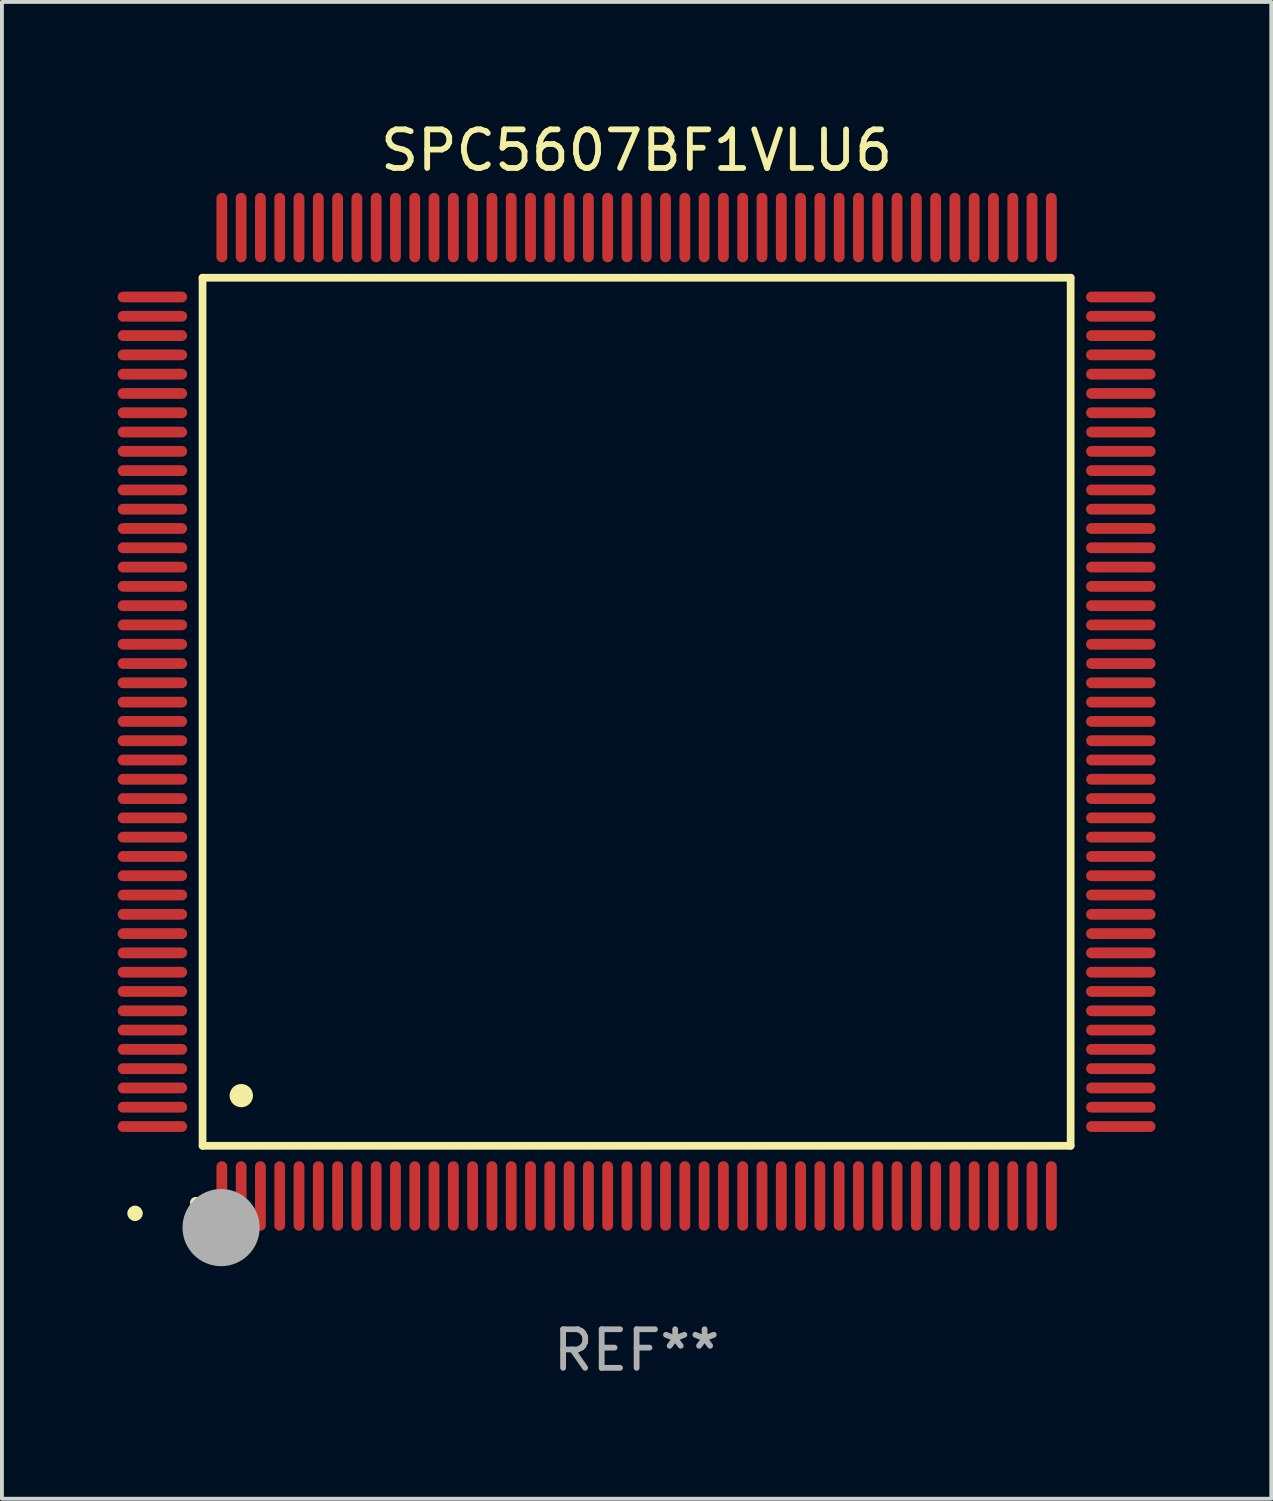
<source format=kicad_pcb>
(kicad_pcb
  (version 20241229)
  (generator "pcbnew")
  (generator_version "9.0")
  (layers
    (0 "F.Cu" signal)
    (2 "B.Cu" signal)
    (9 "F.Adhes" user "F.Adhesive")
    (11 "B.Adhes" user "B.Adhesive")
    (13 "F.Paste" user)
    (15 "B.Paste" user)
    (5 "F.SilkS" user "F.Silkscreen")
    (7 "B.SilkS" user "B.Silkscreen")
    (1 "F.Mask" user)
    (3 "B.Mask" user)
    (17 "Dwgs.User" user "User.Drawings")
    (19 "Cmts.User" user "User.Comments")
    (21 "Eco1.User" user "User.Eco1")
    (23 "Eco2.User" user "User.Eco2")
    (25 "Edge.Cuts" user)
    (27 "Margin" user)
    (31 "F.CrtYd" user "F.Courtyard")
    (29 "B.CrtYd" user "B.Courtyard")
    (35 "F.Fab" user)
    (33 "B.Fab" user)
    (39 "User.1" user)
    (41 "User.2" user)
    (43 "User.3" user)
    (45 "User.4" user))
  (footprint "SPC5607BF1VLU6"
    (layer "F.Cu")
    (at 13.45 15.398)
    (property "Reference" "SPC5607BF1VLU6" (at 0 -14.55 0) (layer "F.SilkS") (effects (font (size 1 1) (thickness 0.15))))
    (attr through_hole)
    (fp_line (start -11.25 -11.25) (end 11.25 -11.25) (stroke (width 0.2) (type solid)) (layer "F.SilkS"))
    (fp_line (start -11.25 11.25) (end -11.25 -11.25) (stroke (width 0.2) (type solid)) (layer "F.SilkS"))
    (fp_line (start 11.25 -11.25) (end 11.25 11.25) (stroke (width 0.2) (type solid)) (layer "F.SilkS"))
    (fp_line (start 11.25 11.25) (end -11.25 11.25) (stroke (width 0.2) (type solid)) (layer "F.SilkS"))
    (fp_arc (start -11.424943 12.725425) (mid -11.423673 12.72542) (end -11.422403 12.725425) (stroke (width 0.3) (type solid)) (layer "F.SilkS"))
    (fp_arc (start -10.24892 9.9492) (mid -10.24638 9.949189) (end -10.24384 9.9492) (stroke (width 0.6) (type solid)) (layer "F.SilkS"))
    (fp_circle (center -13 13) (end -12.9 13) (stroke (width 0.2) (type solid)) (fill no) (layer "F.SilkS"))
    (fp_circle (center -10.77 13.37) (end -10.27 13.37) (stroke (width 1) (type solid)) (fill no) (layer "F.Fab"))
    (fp_text user "REF**" (at 0 16.55 0) (layer "F.Fab") (effects (font (size 1 1) (thickness 0.15))))
    (pad "1" smd oval (at -10.75 12.55) (size 0.28 1.8) (layers "F.Cu" "F.Mask" "F.Paste"))
    (pad "2" smd oval (at -10.25 12.55) (size 0.28 1.8) (layers "F.Cu" "F.Mask" "F.Paste"))
    (pad "3" smd oval (at -9.75 12.55) (size 0.28 1.8) (layers "F.Cu" "F.Mask" "F.Paste"))
    (pad "4" smd oval (at -9.25 12.55) (size 0.28 1.8) (layers "F.Cu" "F.Mask" "F.Paste"))
    (pad "5" smd oval (at -8.75 12.55) (size 0.28 1.8) (layers "F.Cu" "F.Mask" "F.Paste"))
    (pad "6" smd oval (at -8.25 12.55) (size 0.28 1.8) (layers "F.Cu" "F.Mask" "F.Paste"))
    (pad "7" smd oval (at -7.75 12.55) (size 0.28 1.8) (layers "F.Cu" "F.Mask" "F.Paste"))
    (pad "8" smd oval (at -7.25 12.55) (size 0.28 1.8) (layers "F.Cu" "F.Mask" "F.Paste"))
    (pad "9" smd oval (at -6.75 12.55) (size 0.28 1.8) (layers "F.Cu" "F.Mask" "F.Paste"))
    (pad "10" smd oval (at -6.25 12.55) (size 0.28 1.8) (layers "F.Cu" "F.Mask" "F.Paste"))
    (pad "11" smd oval (at -5.75 12.55) (size 0.28 1.8) (layers "F.Cu" "F.Mask" "F.Paste"))
    (pad "12" smd oval (at -5.25 12.55) (size 0.28 1.8) (layers "F.Cu" "F.Mask" "F.Paste"))
    (pad "13" smd oval (at -4.75 12.55) (size 0.28 1.8) (layers "F.Cu" "F.Mask" "F.Paste"))
    (pad "14" smd oval (at -4.25 12.55) (size 0.28 1.8) (layers "F.Cu" "F.Mask" "F.Paste"))
    (pad "15" smd oval (at -3.75 12.55) (size 0.28 1.8) (layers "F.Cu" "F.Mask" "F.Paste"))
    (pad "16" smd oval (at -3.25 12.55) (size 0.28 1.8) (layers "F.Cu" "F.Mask" "F.Paste"))
    (pad "17" smd oval (at -2.75 12.55) (size 0.28 1.8) (layers "F.Cu" "F.Mask" "F.Paste"))
    (pad "18" smd oval (at -2.25 12.55) (size 0.28 1.8) (layers "F.Cu" "F.Mask" "F.Paste"))
    (pad "19" smd oval (at -1.75 12.55) (size 0.28 1.8) (layers "F.Cu" "F.Mask" "F.Paste"))
    (pad "20" smd oval (at -1.25 12.55) (size 0.28 1.8) (layers "F.Cu" "F.Mask" "F.Paste"))
    (pad "21" smd oval (at -0.75 12.55) (size 0.28 1.8) (layers "F.Cu" "F.Mask" "F.Paste"))
    (pad "22" smd oval (at -0.25 12.55) (size 0.28 1.8) (layers "F.Cu" "F.Mask" "F.Paste"))
    (pad "23" smd oval (at 0.25 12.55) (size 0.28 1.8) (layers "F.Cu" "F.Mask" "F.Paste"))
    (pad "24" smd oval (at 0.75 12.55) (size 0.28 1.8) (layers "F.Cu" "F.Mask" "F.Paste"))
    (pad "25" smd oval (at 1.25 12.55) (size 0.28 1.8) (layers "F.Cu" "F.Mask" "F.Paste"))
    (pad "26" smd oval (at 1.75 12.55) (size 0.28 1.8) (layers "F.Cu" "F.Mask" "F.Paste"))
    (pad "27" smd oval (at 2.25 12.55) (size 0.28 1.8) (layers "F.Cu" "F.Mask" "F.Paste"))
    (pad "28" smd oval (at 2.75 12.55) (size 0.28 1.8) (layers "F.Cu" "F.Mask" "F.Paste"))
    (pad "29" smd oval (at 3.25 12.55) (size 0.28 1.8) (layers "F.Cu" "F.Mask" "F.Paste"))
    (pad "30" smd oval (at 3.75 12.55) (size 0.28 1.8) (layers "F.Cu" "F.Mask" "F.Paste"))
    (pad "31" smd oval (at 4.25 12.55) (size 0.28 1.8) (layers "F.Cu" "F.Mask" "F.Paste"))
    (pad "32" smd oval (at 4.75 12.55) (size 0.28 1.8) (layers "F.Cu" "F.Mask" "F.Paste"))
    (pad "33" smd oval (at 5.25 12.55) (size 0.28 1.8) (layers "F.Cu" "F.Mask" "F.Paste"))
    (pad "34" smd oval (at 5.75 12.55) (size 0.28 1.8) (layers "F.Cu" "F.Mask" "F.Paste"))
    (pad "35" smd oval (at 6.25 12.55) (size 0.28 1.8) (layers "F.Cu" "F.Mask" "F.Paste"))
    (pad "36" smd oval (at 6.75 12.55) (size 0.28 1.8) (layers "F.Cu" "F.Mask" "F.Paste"))
    (pad "37" smd oval (at 7.25 12.55) (size 0.28 1.8) (layers "F.Cu" "F.Mask" "F.Paste"))
    (pad "38" smd oval (at 7.75 12.55) (size 0.28 1.8) (layers "F.Cu" "F.Mask" "F.Paste"))
    (pad "39" smd oval (at 8.25 12.55) (size 0.28 1.8) (layers "F.Cu" "F.Mask" "F.Paste"))
    (pad "40" smd oval (at 8.75 12.55) (size 0.28 1.8) (layers "F.Cu" "F.Mask" "F.Paste"))
    (pad "41" smd oval (at 9.25 12.55) (size 0.28 1.8) (layers "F.Cu" "F.Mask" "F.Paste"))
    (pad "42" smd oval (at 9.75 12.55) (size 0.28 1.8) (layers "F.Cu" "F.Mask" "F.Paste"))
    (pad "43" smd oval (at 10.25 12.55) (size 0.28 1.8) (layers "F.Cu" "F.Mask" "F.Paste"))
    (pad "44" smd oval (at 10.75 12.55) (size 0.28 1.8) (layers "F.Cu" "F.Mask" "F.Paste"))
    (pad "45" smd oval (at 12.55 10.75) (size 1.8 0.28) (layers "F.Cu" "F.Mask" "F.Paste"))
    (pad "46" smd oval (at 12.55 10.25) (size 1.8 0.28) (layers "F.Cu" "F.Mask" "F.Paste"))
    (pad "47" smd oval (at 12.55 9.75) (size 1.8 0.28) (layers "F.Cu" "F.Mask" "F.Paste"))
    (pad "48" smd oval (at 12.55 9.25) (size 1.8 0.28) (layers "F.Cu" "F.Mask" "F.Paste"))
    (pad "49" smd oval (at 12.55 8.75) (size 1.8 0.28) (layers "F.Cu" "F.Mask" "F.Paste"))
    (pad "50" smd oval (at 12.55 8.25) (size 1.8 0.28) (layers "F.Cu" "F.Mask" "F.Paste"))
    (pad "51" smd oval (at 12.55 7.75) (size 1.8 0.28) (layers "F.Cu" "F.Mask" "F.Paste"))
    (pad "52" smd oval (at 12.55 7.25) (size 1.8 0.28) (layers "F.Cu" "F.Mask" "F.Paste"))
    (pad "53" smd oval (at 12.55 6.75) (size 1.8 0.28) (layers "F.Cu" "F.Mask" "F.Paste"))
    (pad "54" smd oval (at 12.55 6.25) (size 1.8 0.28) (layers "F.Cu" "F.Mask" "F.Paste"))
    (pad "55" smd oval (at 12.55 5.75) (size 1.8 0.28) (layers "F.Cu" "F.Mask" "F.Paste"))
    (pad "56" smd oval (at 12.55 5.25) (size 1.8 0.28) (layers "F.Cu" "F.Mask" "F.Paste"))
    (pad "57" smd oval (at 12.55 4.75) (size 1.8 0.28) (layers "F.Cu" "F.Mask" "F.Paste"))
    (pad "58" smd oval (at 12.55 4.25) (size 1.8 0.28) (layers "F.Cu" "F.Mask" "F.Paste"))
    (pad "59" smd oval (at 12.55 3.75) (size 1.8 0.28) (layers "F.Cu" "F.Mask" "F.Paste"))
    (pad "60" smd oval (at 12.55 3.25) (size 1.8 0.28) (layers "F.Cu" "F.Mask" "F.Paste"))
    (pad "61" smd oval (at 12.55 2.75) (size 1.8 0.28) (layers "F.Cu" "F.Mask" "F.Paste"))
    (pad "62" smd oval (at 12.55 2.25) (size 1.8 0.28) (layers "F.Cu" "F.Mask" "F.Paste"))
    (pad "63" smd oval (at 12.55 1.75) (size 1.8 0.28) (layers "F.Cu" "F.Mask" "F.Paste"))
    (pad "64" smd oval (at 12.55 1.25) (size 1.8 0.28) (layers "F.Cu" "F.Mask" "F.Paste"))
    (pad "65" smd oval (at 12.55 0.75) (size 1.8 0.28) (layers "F.Cu" "F.Mask" "F.Paste"))
    (pad "66" smd oval (at 12.55 0.25) (size 1.8 0.28) (layers "F.Cu" "F.Mask" "F.Paste"))
    (pad "67" smd oval (at 12.55 -0.25) (size 1.8 0.28) (layers "F.Cu" "F.Mask" "F.Paste"))
    (pad "68" smd oval (at 12.55 -0.75) (size 1.8 0.28) (layers "F.Cu" "F.Mask" "F.Paste"))
    (pad "69" smd oval (at 12.55 -1.25) (size 1.8 0.28) (layers "F.Cu" "F.Mask" "F.Paste"))
    (pad "70" smd oval (at 12.55 -1.75) (size 1.8 0.28) (layers "F.Cu" "F.Mask" "F.Paste"))
    (pad "71" smd oval (at 12.55 -2.25) (size 1.8 0.28) (layers "F.Cu" "F.Mask" "F.Paste"))
    (pad "72" smd oval (at 12.55 -2.75) (size 1.8 0.28) (layers "F.Cu" "F.Mask" "F.Paste"))
    (pad "73" smd oval (at 12.55 -3.25) (size 1.8 0.28) (layers "F.Cu" "F.Mask" "F.Paste"))
    (pad "74" smd oval (at 12.55 -3.75) (size 1.8 0.28) (layers "F.Cu" "F.Mask" "F.Paste"))
    (pad "75" smd oval (at 12.55 -4.25) (size 1.8 0.28) (layers "F.Cu" "F.Mask" "F.Paste"))
    (pad "76" smd oval (at 12.55 -4.75) (size 1.8 0.28) (layers "F.Cu" "F.Mask" "F.Paste"))
    (pad "77" smd oval (at 12.55 -5.25) (size 1.8 0.28) (layers "F.Cu" "F.Mask" "F.Paste"))
    (pad "78" smd oval (at 12.55 -5.75) (size 1.8 0.28) (layers "F.Cu" "F.Mask" "F.Paste"))
    (pad "79" smd oval (at 12.55 -6.25) (size 1.8 0.28) (layers "F.Cu" "F.Mask" "F.Paste"))
    (pad "80" smd oval (at 12.55 -6.75) (size 1.8 0.28) (layers "F.Cu" "F.Mask" "F.Paste"))
    (pad "81" smd oval (at 12.55 -7.25) (size 1.8 0.28) (layers "F.Cu" "F.Mask" "F.Paste"))
    (pad "82" smd oval (at 12.55 -7.75) (size 1.8 0.28) (layers "F.Cu" "F.Mask" "F.Paste"))
    (pad "83" smd oval (at 12.55 -8.25) (size 1.8 0.28) (layers "F.Cu" "F.Mask" "F.Paste"))
    (pad "84" smd oval (at 12.55 -8.75) (size 1.8 0.28) (layers "F.Cu" "F.Mask" "F.Paste"))
    (pad "85" smd oval (at 12.55 -9.25) (size 1.8 0.28) (layers "F.Cu" "F.Mask" "F.Paste"))
    (pad "86" smd oval (at 12.55 -9.75) (size 1.8 0.28) (layers "F.Cu" "F.Mask" "F.Paste"))
    (pad "87" smd oval (at 12.55 -10.25) (size 1.8 0.28) (layers "F.Cu" "F.Mask" "F.Paste"))
    (pad "88" smd oval (at 12.55 -10.75) (size 1.8 0.28) (layers "F.Cu" "F.Mask" "F.Paste"))
    (pad "89" smd oval (at 10.75 -12.55) (size 0.28 1.8) (layers "F.Cu" "F.Mask" "F.Paste"))
    (pad "90" smd oval (at 10.25 -12.55) (size 0.28 1.8) (layers "F.Cu" "F.Mask" "F.Paste"))
    (pad "91" smd oval (at 9.75 -12.55) (size 0.28 1.8) (layers "F.Cu" "F.Mask" "F.Paste"))
    (pad "92" smd oval (at 9.25 -12.55) (size 0.28 1.8) (layers "F.Cu" "F.Mask" "F.Paste"))
    (pad "93" smd oval (at 8.75 -12.55) (size 0.28 1.8) (layers "F.Cu" "F.Mask" "F.Paste"))
    (pad "94" smd oval (at 8.25 -12.55) (size 0.28 1.8) (layers "F.Cu" "F.Mask" "F.Paste"))
    (pad "95" smd oval (at 7.75 -12.55) (size 0.28 1.8) (layers "F.Cu" "F.Mask" "F.Paste"))
    (pad "96" smd oval (at 7.25 -12.55) (size 0.28 1.8) (layers "F.Cu" "F.Mask" "F.Paste"))
    (pad "97" smd oval (at 6.75 -12.55) (size 0.28 1.8) (layers "F.Cu" "F.Mask" "F.Paste"))
    (pad "98" smd oval (at 6.25 -12.55) (size 0.28 1.8) (layers "F.Cu" "F.Mask" "F.Paste"))
    (pad "99" smd oval (at 5.75 -12.55) (size 0.28 1.8) (layers "F.Cu" "F.Mask" "F.Paste"))
    (pad "100" smd oval (at 5.25 -12.55) (size 0.28 1.8) (layers "F.Cu" "F.Mask" "F.Paste"))
    (pad "101" smd oval (at 4.75 -12.55) (size 0.28 1.8) (layers "F.Cu" "F.Mask" "F.Paste"))
    (pad "102" smd oval (at 4.25 -12.55) (size 0.28 1.8) (layers "F.Cu" "F.Mask" "F.Paste"))
    (pad "103" smd oval (at 3.75 -12.55) (size 0.28 1.8) (layers "F.Cu" "F.Mask" "F.Paste"))
    (pad "104" smd oval (at 3.25 -12.55) (size 0.28 1.8) (layers "F.Cu" "F.Mask" "F.Paste"))
    (pad "105" smd oval (at 2.75 -12.55) (size 0.28 1.8) (layers "F.Cu" "F.Mask" "F.Paste"))
    (pad "106" smd oval (at 2.25 -12.55) (size 0.28 1.8) (layers "F.Cu" "F.Mask" "F.Paste"))
    (pad "107" smd oval (at 1.75 -12.55) (size 0.28 1.8) (layers "F.Cu" "F.Mask" "F.Paste"))
    (pad "108" smd oval (at 1.25 -12.55) (size 0.28 1.8) (layers "F.Cu" "F.Mask" "F.Paste"))
    (pad "109" smd oval (at 0.75 -12.55) (size 0.28 1.8) (layers "F.Cu" "F.Mask" "F.Paste"))
    (pad "110" smd oval (at 0.25 -12.55) (size 0.28 1.8) (layers "F.Cu" "F.Mask" "F.Paste"))
    (pad "111" smd oval (at -0.25 -12.55) (size 0.28 1.8) (layers "F.Cu" "F.Mask" "F.Paste"))
    (pad "112" smd oval (at -0.75 -12.55) (size 0.28 1.8) (layers "F.Cu" "F.Mask" "F.Paste"))
    (pad "113" smd oval (at -1.25 -12.55) (size 0.28 1.8) (layers "F.Cu" "F.Mask" "F.Paste"))
    (pad "114" smd oval (at -1.75 -12.55) (size 0.28 1.8) (layers "F.Cu" "F.Mask" "F.Paste"))
    (pad "115" smd oval (at -2.25 -12.55) (size 0.28 1.8) (layers "F.Cu" "F.Mask" "F.Paste"))
    (pad "116" smd oval (at -2.75 -12.55) (size 0.28 1.8) (layers "F.Cu" "F.Mask" "F.Paste"))
    (pad "117" smd oval (at -3.25 -12.55) (size 0.28 1.8) (layers "F.Cu" "F.Mask" "F.Paste"))
    (pad "118" smd oval (at -3.75 -12.55) (size 0.28 1.8) (layers "F.Cu" "F.Mask" "F.Paste"))
    (pad "119" smd oval (at -4.25 -12.55) (size 0.28 1.8) (layers "F.Cu" "F.Mask" "F.Paste"))
    (pad "120" smd oval (at -4.75 -12.55) (size 0.28 1.8) (layers "F.Cu" "F.Mask" "F.Paste"))
    (pad "121" smd oval (at -5.25 -12.55) (size 0.28 1.8) (layers "F.Cu" "F.Mask" "F.Paste"))
    (pad "122" smd oval (at -5.75 -12.55) (size 0.28 1.8) (layers "F.Cu" "F.Mask" "F.Paste"))
    (pad "123" smd oval (at -6.25 -12.55) (size 0.28 1.8) (layers "F.Cu" "F.Mask" "F.Paste"))
    (pad "124" smd oval (at -6.75 -12.55) (size 0.28 1.8) (layers "F.Cu" "F.Mask" "F.Paste"))
    (pad "125" smd oval (at -7.25 -12.55) (size 0.28 1.8) (layers "F.Cu" "F.Mask" "F.Paste"))
    (pad "126" smd oval (at -7.75 -12.55) (size 0.28 1.8) (layers "F.Cu" "F.Mask" "F.Paste"))
    (pad "127" smd oval (at -8.25 -12.55) (size 0.28 1.8) (layers "F.Cu" "F.Mask" "F.Paste"))
    (pad "128" smd oval (at -8.75 -12.55) (size 0.28 1.8) (layers "F.Cu" "F.Mask" "F.Paste"))
    (pad "129" smd oval (at -9.25 -12.55) (size 0.28 1.8) (layers "F.Cu" "F.Mask" "F.Paste"))
    (pad "130" smd oval (at -9.75 -12.55) (size 0.28 1.8) (layers "F.Cu" "F.Mask" "F.Paste"))
    (pad "131" smd oval (at -10.25 -12.55) (size 0.28 1.8) (layers "F.Cu" "F.Mask" "F.Paste"))
    (pad "132" smd oval (at -10.75 -12.55) (size 0.28 1.8) (layers "F.Cu" "F.Mask" "F.Paste"))
    (pad "133" smd oval (at -12.55 -10.75) (size 1.8 0.28) (layers "F.Cu" "F.Mask" "F.Paste"))
    (pad "134" smd oval (at -12.55 -10.25) (size 1.8 0.28) (layers "F.Cu" "F.Mask" "F.Paste"))
    (pad "135" smd oval (at -12.55 -9.75) (size 1.8 0.28) (layers "F.Cu" "F.Mask" "F.Paste"))
    (pad "136" smd oval (at -12.55 -9.25) (size 1.8 0.28) (layers "F.Cu" "F.Mask" "F.Paste"))
    (pad "137" smd oval (at -12.55 -8.75) (size 1.8 0.28) (layers "F.Cu" "F.Mask" "F.Paste"))
    (pad "138" smd oval (at -12.55 -8.25) (size 1.8 0.28) (layers "F.Cu" "F.Mask" "F.Paste"))
    (pad "139" smd oval (at -12.55 -7.75) (size 1.8 0.28) (layers "F.Cu" "F.Mask" "F.Paste"))
    (pad "140" smd oval (at -12.55 -7.25) (size 1.8 0.28) (layers "F.Cu" "F.Mask" "F.Paste"))
    (pad "141" smd oval (at -12.55 -6.75) (size 1.8 0.28) (layers "F.Cu" "F.Mask" "F.Paste"))
    (pad "142" smd oval (at -12.55 -6.25) (size 1.8 0.28) (layers "F.Cu" "F.Mask" "F.Paste"))
    (pad "143" smd oval (at -12.55 -5.75) (size 1.8 0.28) (layers "F.Cu" "F.Mask" "F.Paste"))
    (pad "144" smd oval (at -12.55 -5.25) (size 1.8 0.28) (layers "F.Cu" "F.Mask" "F.Paste"))
    (pad "145" smd oval (at -12.55 -4.75) (size 1.8 0.28) (layers "F.Cu" "F.Mask" "F.Paste"))
    (pad "146" smd oval (at -12.55 -4.25) (size 1.8 0.28) (layers "F.Cu" "F.Mask" "F.Paste"))
    (pad "147" smd oval (at -12.55 -3.75) (size 1.8 0.28) (layers "F.Cu" "F.Mask" "F.Paste"))
    (pad "148" smd oval (at -12.55 -3.25) (size 1.8 0.28) (layers "F.Cu" "F.Mask" "F.Paste"))
    (pad "149" smd oval (at -12.55 -2.75) (size 1.8 0.28) (layers "F.Cu" "F.Mask" "F.Paste"))
    (pad "150" smd oval (at -12.55 -2.25) (size 1.8 0.28) (layers "F.Cu" "F.Mask" "F.Paste"))
    (pad "151" smd oval (at -12.55 -1.75) (size 1.8 0.28) (layers "F.Cu" "F.Mask" "F.Paste"))
    (pad "152" smd oval (at -12.55 -1.25) (size 1.8 0.28) (layers "F.Cu" "F.Mask" "F.Paste"))
    (pad "153" smd oval (at -12.55 -0.75) (size 1.8 0.28) (layers "F.Cu" "F.Mask" "F.Paste"))
    (pad "154" smd oval (at -12.55 -0.25) (size 1.8 0.28) (layers "F.Cu" "F.Mask" "F.Paste"))
    (pad "155" smd oval (at -12.55 0.25) (size 1.8 0.28) (layers "F.Cu" "F.Mask" "F.Paste"))
    (pad "156" smd oval (at -12.55 0.75) (size 1.8 0.28) (layers "F.Cu" "F.Mask" "F.Paste"))
    (pad "157" smd oval (at -12.55 1.25) (size 1.8 0.28) (layers "F.Cu" "F.Mask" "F.Paste"))
    (pad "158" smd oval (at -12.55 1.75) (size 1.8 0.28) (layers "F.Cu" "F.Mask" "F.Paste"))
    (pad "159" smd oval (at -12.55 2.25) (size 1.8 0.28) (layers "F.Cu" "F.Mask" "F.Paste"))
    (pad "160" smd oval (at -12.55 2.75) (size 1.8 0.28) (layers "F.Cu" "F.Mask" "F.Paste"))
    (pad "161" smd oval (at -12.55 3.25) (size 1.8 0.28) (layers "F.Cu" "F.Mask" "F.Paste"))
    (pad "162" smd oval (at -12.55 3.75) (size 1.8 0.28) (layers "F.Cu" "F.Mask" "F.Paste"))
    (pad "163" smd oval (at -12.55 4.25) (size 1.8 0.28) (layers "F.Cu" "F.Mask" "F.Paste"))
    (pad "164" smd oval (at -12.55 4.75) (size 1.8 0.28) (layers "F.Cu" "F.Mask" "F.Paste"))
    (pad "165" smd oval (at -12.55 5.25) (size 1.8 0.28) (layers "F.Cu" "F.Mask" "F.Paste"))
    (pad "166" smd oval (at -12.55 5.75) (size 1.8 0.28) (layers "F.Cu" "F.Mask" "F.Paste"))
    (pad "167" smd oval (at -12.55 6.25) (size 1.8 0.28) (layers "F.Cu" "F.Mask" "F.Paste"))
    (pad "168" smd oval (at -12.55 6.75) (size 1.8 0.28) (layers "F.Cu" "F.Mask" "F.Paste"))
    (pad "169" smd oval (at -12.55 7.25) (size 1.8 0.28) (layers "F.Cu" "F.Mask" "F.Paste"))
    (pad "170" smd oval (at -12.55 7.75) (size 1.8 0.28) (layers "F.Cu" "F.Mask" "F.Paste"))
    (pad "171" smd oval (at -12.55 8.25) (size 1.8 0.28) (layers "F.Cu" "F.Mask" "F.Paste"))
    (pad "172" smd oval (at -12.55 8.75) (size 1.8 0.28) (layers "F.Cu" "F.Mask" "F.Paste"))
    (pad "173" smd oval (at -12.55 9.25) (size 1.8 0.28) (layers "F.Cu" "F.Mask" "F.Paste"))
    (pad "174" smd oval (at -12.55 9.75) (size 1.8 0.28) (layers "F.Cu" "F.Mask" "F.Paste"))
    (pad "175" smd oval (at -12.55 10.25) (size 1.8 0.28) (layers "F.Cu" "F.Mask" "F.Paste"))
    (pad "176" smd oval (at -12.55 10.75) (size 1.8 0.28) (layers "F.Cu" "F.Mask" "F.Paste")))
  (gr_rect
    (start -3 -3)
    (end 29.9 35.796)
    (stroke (width 0.1) (type default))
    (fill no)
    (layer "Edge.Cuts")))
</source>
